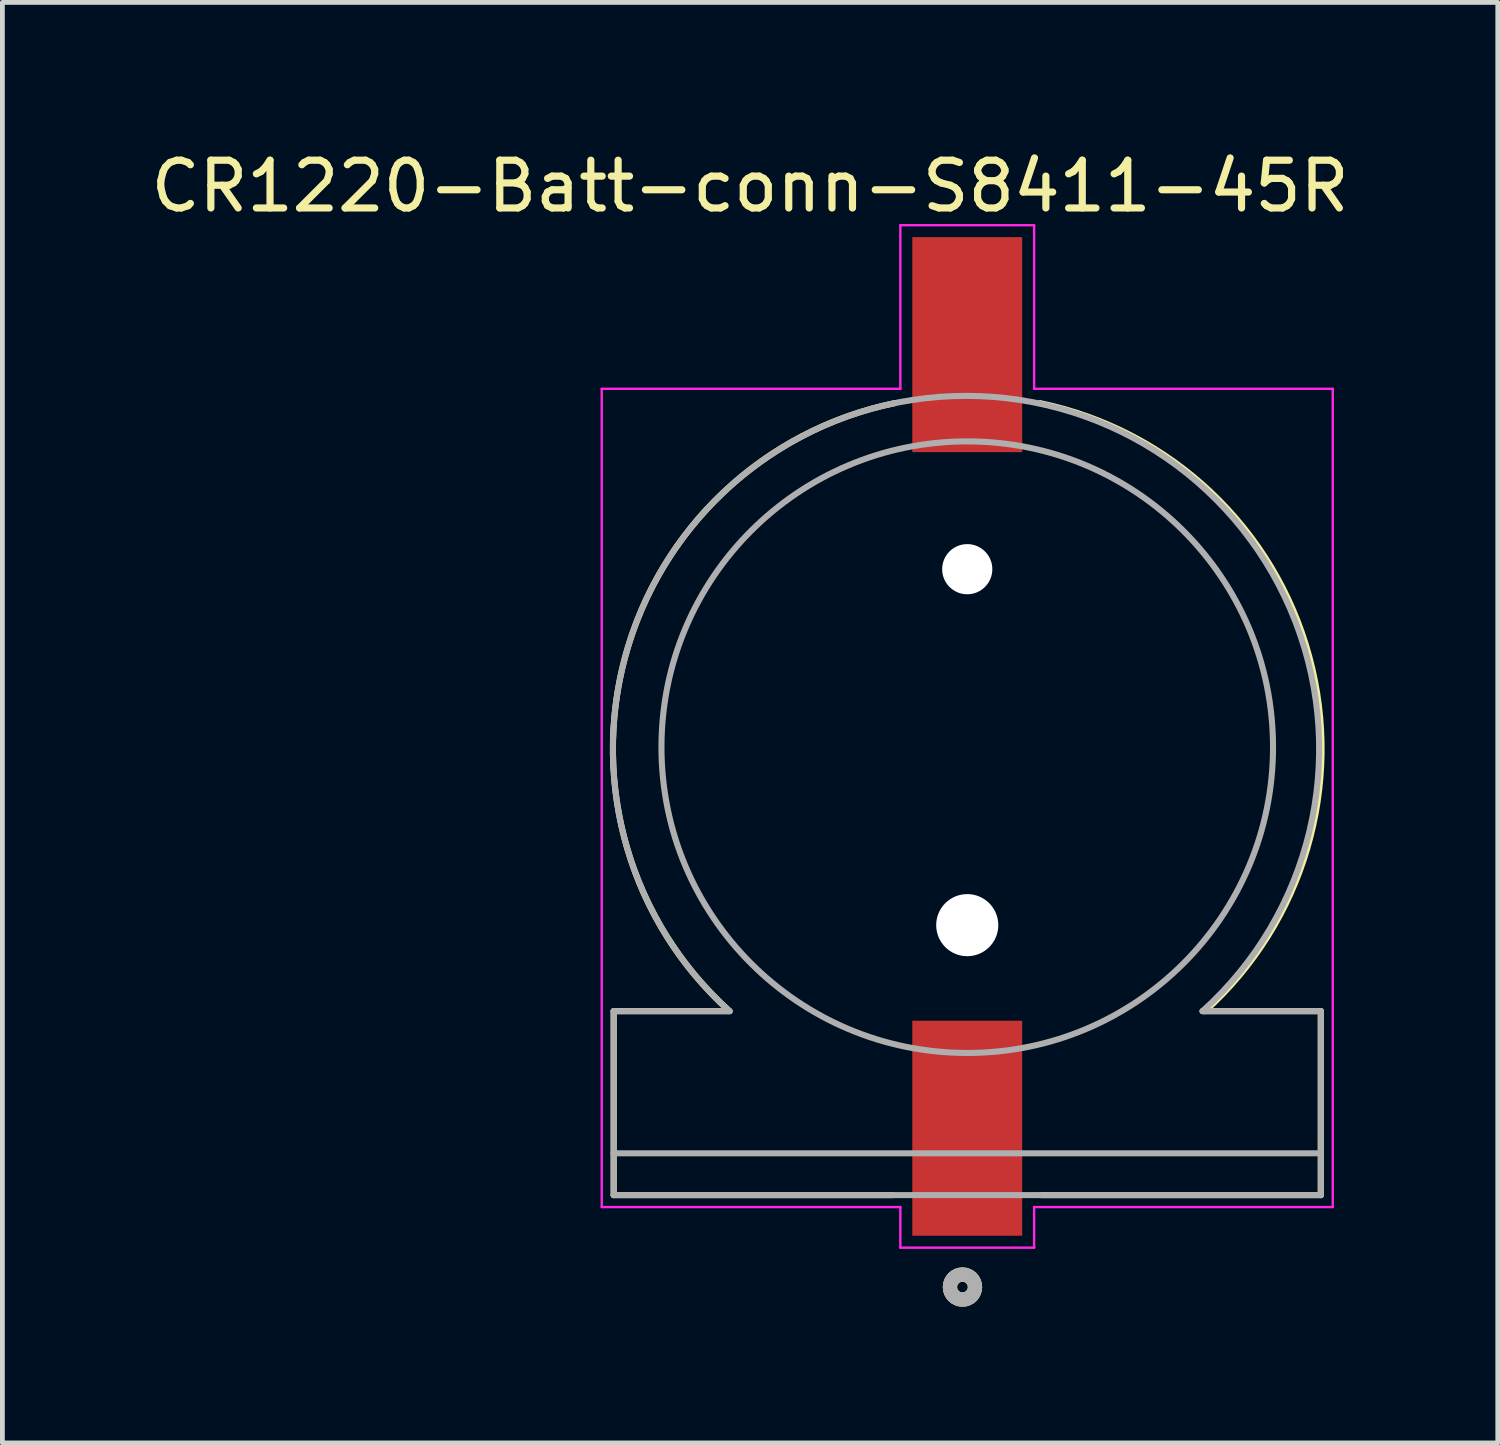
<source format=kicad_pcb>
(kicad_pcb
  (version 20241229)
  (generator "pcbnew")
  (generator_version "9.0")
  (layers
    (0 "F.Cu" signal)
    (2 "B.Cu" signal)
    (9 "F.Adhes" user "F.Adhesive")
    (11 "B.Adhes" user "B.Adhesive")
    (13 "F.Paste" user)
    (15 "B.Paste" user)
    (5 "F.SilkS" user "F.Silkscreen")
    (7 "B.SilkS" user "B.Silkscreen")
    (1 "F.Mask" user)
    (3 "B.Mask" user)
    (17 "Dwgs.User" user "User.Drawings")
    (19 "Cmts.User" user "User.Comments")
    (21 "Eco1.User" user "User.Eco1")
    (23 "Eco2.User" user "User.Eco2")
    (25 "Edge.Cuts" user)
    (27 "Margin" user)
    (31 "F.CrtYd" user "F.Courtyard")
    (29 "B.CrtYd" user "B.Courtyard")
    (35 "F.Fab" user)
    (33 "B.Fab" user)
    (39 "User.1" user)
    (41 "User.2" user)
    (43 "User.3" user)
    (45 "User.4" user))
  (footprint "CR1220-Batt-conn-S8411-45R"
    (layer "F.Cu")
    (at 17.194 12.588)
    (property "Reference" "CR1220-Batt-conn-S8411-45R" (at -4.545 -11.74 0) (layer "F.SilkS") (effects (font (size 1 1) (thickness 0.15))))
    (attr smd)
    (fp_line (start -7.4 5.525) (end -4.975 5.525) (stroke (width 0.127) (type solid)) (layer "F.SilkS"))
    (fp_line (start -7.4 9.375) (end -7.4 5.525) (stroke (width 0.127) (type solid)) (layer "F.SilkS"))
    (fp_line (start -7.4 9.375) (end -1.55 9.375) (stroke (width 0.127) (type solid)) (layer "F.SilkS"))
    (fp_line (start 4.925 5.525) (end 7.4 5.525) (stroke (width 0.127) (type solid)) (layer "F.SilkS"))
    (fp_line (start 7.4 5.525) (end 7.4 9.375) (stroke (width 0.127) (type solid)) (layer "F.SilkS"))
    (fp_line (start 7.4 9.375) (end 1.55 9.375) (stroke (width 0.127) (type solid)) (layer "F.SilkS"))
    (fp_arc (start -4.975 5.525) (mid -7.158498 -1.897172) (end -1.524999 -7.200001) (stroke (width 0.127) (type solid)) (layer "F.SilkS"))
    (fp_arc (start 1.524999 -7.200001) (mid 7.158498 -1.897172) (end 4.975 5.525) (stroke (width 0.127) (type solid)) (layer "F.SilkS"))
    (fp_circle (center -0.1 11.3) (end 0.012 11.3) (stroke (width 0.3) (type solid)) (fill no) (layer "F.SilkS"))
    (fp_line (start -7.65 -7.5) (end -1.4 -7.5) (stroke (width 0.05) (type solid)) (layer "F.CrtYd"))
    (fp_line (start -7.65 9.625) (end -7.65 -7.5) (stroke (width 0.05) (type solid)) (layer "F.CrtYd"))
    (fp_line (start -1.4 -10.925) (end 1.4 -10.925) (stroke (width 0.05) (type solid)) (layer "F.CrtYd"))
    (fp_line (start -1.4 -7.5) (end -1.4 -10.925) (stroke (width 0.05) (type solid)) (layer "F.CrtYd"))
    (fp_line (start -1.4 9.625) (end -7.65 9.625) (stroke (width 0.05) (type solid)) (layer "F.CrtYd"))
    (fp_line (start -1.4 10.475) (end -1.4 9.625) (stroke (width 0.05) (type solid)) (layer "F.CrtYd"))
    (fp_line (start 1.4 -10.925) (end 1.4 -7.5) (stroke (width 0.05) (type solid)) (layer "F.CrtYd"))
    (fp_line (start 1.4 -7.5) (end 7.65 -7.5) (stroke (width 0.05) (type solid)) (layer "F.CrtYd"))
    (fp_line (start 1.4 9.625) (end 1.4 10.475) (stroke (width 0.05) (type solid)) (layer "F.CrtYd"))
    (fp_line (start 1.4 10.475) (end -1.4 10.475) (stroke (width 0.05) (type solid)) (layer "F.CrtYd"))
    (fp_line (start 7.65 -7.5) (end 7.65 9.625) (stroke (width 0.05) (type solid)) (layer "F.CrtYd"))
    (fp_line (start 7.65 9.625) (end 1.4 9.625) (stroke (width 0.05) (type solid)) (layer "F.CrtYd"))
    (fp_line (start -7.4 5.525) (end -4.975 5.525) (stroke (width 0.127) (type solid)) (layer "F.Fab"))
    (fp_line (start -7.4 8.5) (end -7.4 5.525) (stroke (width 0.127) (type solid)) (layer "F.Fab"))
    (fp_line (start -7.4 9.375) (end -7.4 8.5) (stroke (width 0.127) (type solid)) (layer "F.Fab"))
    (fp_line (start 4.925 5.525) (end 7.4 5.525) (stroke (width 0.127) (type solid)) (layer "F.Fab"))
    (fp_line (start 7.4 5.525) (end 7.4 8.5) (stroke (width 0.127) (type solid)) (layer "F.Fab"))
    (fp_line (start 7.4 8.5) (end -7.4 8.5) (stroke (width 0.127) (type solid)) (layer "F.Fab"))
    (fp_line (start 7.4 8.5) (end 7.4 9.375) (stroke (width 0.127) (type solid)) (layer "F.Fab"))
    (fp_line (start 7.4 9.375) (end -7.4 9.375) (stroke (width 0.127) (type solid)) (layer "F.Fab"))
    (fp_arc (start -4.975 5.525) (mid -0.025 -7.352721) (end 4.925 5.525) (stroke (width 0.127) (type solid)) (layer "F.Fab"))
    (fp_circle (center -0.1 11.3) (end 0.012 11.3) (stroke (width 0.3) (type solid)) (fill no) (layer "F.Fab"))
    (fp_circle (center 0 0) (end 6.4 0) (stroke (width 0.127) (type solid)) (fill no) (layer "F.Fab"))
    (pad "" np_thru_hole circle (at 0 -3.725) (size 1.05 1.05) (drill 1.05) (layers "*.Cu" "*.Mask"))
    (pad "" np_thru_hole circle (at 0 3.725) (size 1.3 1.3) (drill 1.3) (layers "*.Cu" "*.Mask"))
    (pad "N" smd rect (at 0 -8.425 90) (size 4.5 2.3) (layers "F.Cu" "F.Mask" "F.Paste"))
    (pad "P" smd rect (at 0 7.975 90) (size 4.5 2.3) (layers "F.Cu" "F.Mask" "F.Paste")))
  (gr_rect
    (start -3 -3)
    (end 28.298 27.15)
    (stroke (width 0.1) (type default))
    (fill no)
    (layer "Edge.Cuts")))
</source>
